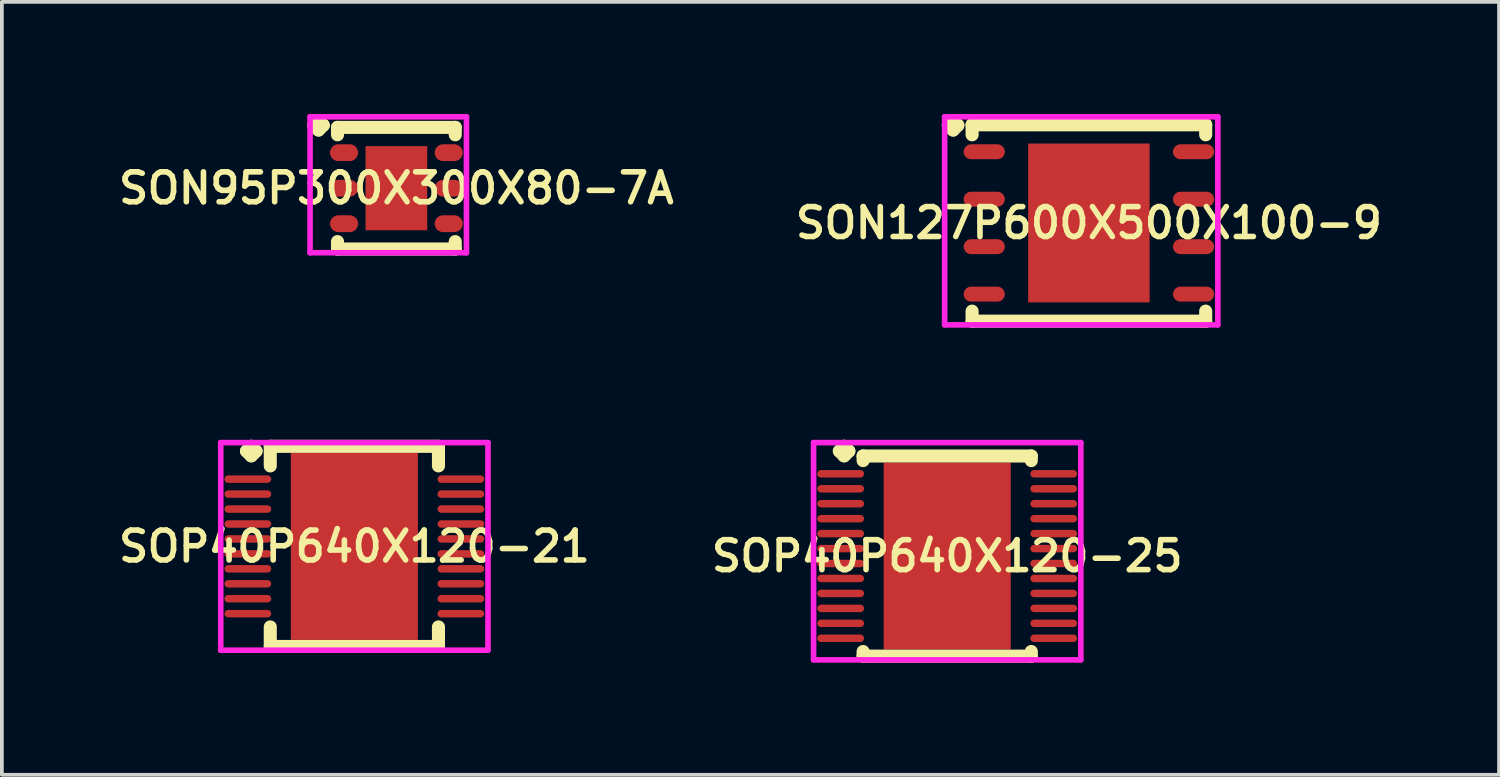
<source format=kicad_pcb>
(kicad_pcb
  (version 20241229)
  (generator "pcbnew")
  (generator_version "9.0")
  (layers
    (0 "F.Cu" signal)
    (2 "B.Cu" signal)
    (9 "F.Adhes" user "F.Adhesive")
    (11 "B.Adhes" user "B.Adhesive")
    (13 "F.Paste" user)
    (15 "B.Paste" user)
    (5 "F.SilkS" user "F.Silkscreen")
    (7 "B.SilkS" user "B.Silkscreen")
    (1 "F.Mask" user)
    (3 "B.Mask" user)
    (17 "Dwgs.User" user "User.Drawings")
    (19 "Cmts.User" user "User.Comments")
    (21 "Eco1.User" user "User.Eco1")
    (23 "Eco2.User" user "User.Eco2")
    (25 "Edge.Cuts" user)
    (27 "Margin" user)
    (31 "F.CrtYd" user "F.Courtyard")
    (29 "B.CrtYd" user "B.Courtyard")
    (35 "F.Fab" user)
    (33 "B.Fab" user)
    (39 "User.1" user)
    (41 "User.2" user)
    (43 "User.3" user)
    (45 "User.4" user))
  (footprint "SOP40P640X120-21"
    (layer "F.Cu")
    (at 6.431 11.569)
    (property "Reference" "SOP40P640X120-21" (at 0 0 0) (layer "F.SilkS") (effects (font (size 0.8 0.8) (thickness 0.15))))
    (attr smd)
    (fp_line (start -2.885 -2.55) (end -2.758 -2.677) (stroke (width 0.35) (type solid)) (layer "F.SilkS"))
    (fp_line (start -2.758 -2.677) (end -2.631 -2.55) (stroke (width 0.35) (type solid)) (layer "F.SilkS"))
    (fp_line (start -2.758 -2.423) (end -2.885 -2.55) (stroke (width 0.35) (type solid)) (layer "F.SilkS"))
    (fp_line (start -2.631 -2.55) (end -2.758 -2.423) (stroke (width 0.35) (type solid)) (layer "F.SilkS"))
    (fp_line (start -2.25 -2.677) (end 2.25 -2.677) (stroke (width 0.35) (type solid)) (layer "F.SilkS"))
    (fp_line (start -2.25 -2.154) (end -2.25 -2.677) (stroke (width 0.35) (type solid)) (layer "F.SilkS"))
    (fp_line (start -2.25 2.154) (end -2.25 2.677) (stroke (width 0.35) (type solid)) (layer "F.SilkS"))
    (fp_line (start -2.25 2.677) (end 2.25 2.677) (stroke (width 0.35) (type solid)) (layer "F.SilkS"))
    (fp_line (start 2.25 -2.677) (end 2.25 -2.154) (stroke (width 0.35) (type solid)) (layer "F.SilkS"))
    (fp_line (start 2.25 2.677) (end 2.25 2.154) (stroke (width 0.35) (type solid)) (layer "F.SilkS"))
    (fp_line (start -3.575 -2.777) (end 3.575 -2.777) (stroke (width 0.15) (type solid)) (layer "F.CrtYd"))
    (fp_line (start -3.575 2.777) (end -3.575 -2.777) (stroke (width 0.15) (type solid)) (layer "F.CrtYd"))
    (fp_line (start 3.575 -2.777) (end 3.575 2.777) (stroke (width 0.15) (type solid)) (layer "F.CrtYd"))
    (fp_line (start 3.575 2.777) (end -3.575 2.777) (stroke (width 0.15) (type solid)) (layer "F.CrtYd"))
    (pad "1" smd oval (at -2.85 -1.8) (size 1.25 0.2) (layers "F.Cu" "F.Mask" "F.Paste"))
    (pad "2" smd oval (at -2.85 -1.4) (size 1.25 0.2) (layers "F.Cu" "F.Mask" "F.Paste"))
    (pad "3" smd oval (at -2.85 -1) (size 1.25 0.2) (layers "F.Cu" "F.Mask" "F.Paste"))
    (pad "4" smd oval (at -2.85 -0.6) (size 1.25 0.2) (layers "F.Cu" "F.Mask" "F.Paste"))
    (pad "5" smd oval (at -2.85 -0.2) (size 1.25 0.2) (layers "F.Cu" "F.Mask" "F.Paste"))
    (pad "6" smd oval (at -2.85 0.2) (size 1.25 0.2) (layers "F.Cu" "F.Mask" "F.Paste"))
    (pad "7" smd oval (at -2.85 0.6) (size 1.25 0.2) (layers "F.Cu" "F.Mask" "F.Paste"))
    (pad "8" smd oval (at -2.85 1) (size 1.25 0.2) (layers "F.Cu" "F.Mask" "F.Paste"))
    (pad "9" smd oval (at -2.85 1.4) (size 1.25 0.2) (layers "F.Cu" "F.Mask" "F.Paste"))
    (pad "10" smd oval (at -2.85 1.8) (size 1.25 0.2) (layers "F.Cu" "F.Mask" "F.Paste"))
    (pad "11" smd oval (at 2.85 1.8) (size 1.25 0.2) (layers "F.Cu" "F.Mask" "F.Paste"))
    (pad "12" smd oval (at 2.85 1.4) (size 1.25 0.2) (layers "F.Cu" "F.Mask" "F.Paste"))
    (pad "13" smd oval (at 2.85 1) (size 1.25 0.2) (layers "F.Cu" "F.Mask" "F.Paste"))
    (pad "14" smd oval (at 2.85 0.6) (size 1.25 0.2) (layers "F.Cu" "F.Mask" "F.Paste"))
    (pad "15" smd oval (at 2.85 0.2) (size 1.25 0.2) (layers "F.Cu" "F.Mask" "F.Paste"))
    (pad "16" smd oval (at 2.85 -0.2) (size 1.25 0.2) (layers "F.Cu" "F.Mask" "F.Paste"))
    (pad "17" smd oval (at 2.85 -0.6) (size 1.25 0.2) (layers "F.Cu" "F.Mask" "F.Paste"))
    (pad "18" smd oval (at 2.85 -1) (size 1.25 0.2) (layers "F.Cu" "F.Mask" "F.Paste"))
    (pad "19" smd oval (at 2.85 -1.4) (size 1.25 0.2) (layers "F.Cu" "F.Mask" "F.Paste"))
    (pad "20" smd oval (at 2.85 -1.8) (size 1.25 0.2) (layers "F.Cu" "F.Mask" "F.Paste"))
    (pad "21" smd rect (at 0 0) (size 3.4 5) (layers "F.Cu" "F.Mask" "F.Paste")))
  (footprint "SON95P300X300X80-7A"
    (layer "F.Cu")
    (at 7.555 1.985)
    (property "Reference" "SON95P300X300X80-7A" (at 0 0 0) (layer "F.SilkS") (effects (font (size 0.8 0.8) (thickness 0.15))))
    (attr smd)
    (fp_line (start -2.21 -1.683) (end -2.083 -1.81) (stroke (width 0.35) (type solid)) (layer "F.SilkS"))
    (fp_line (start -2.083 -1.81) (end -1.956 -1.683) (stroke (width 0.35) (type solid)) (layer "F.SilkS"))
    (fp_line (start -2.083 -1.556) (end -2.21 -1.683) (stroke (width 0.35) (type solid)) (layer "F.SilkS"))
    (fp_line (start -1.956 -1.683) (end -2.083 -1.556) (stroke (width 0.35) (type solid)) (layer "F.SilkS"))
    (fp_line (start -1.575 -1.627) (end 1.575 -1.627) (stroke (width 0.35) (type solid)) (layer "F.SilkS"))
    (fp_line (start -1.575 -1.429) (end -1.575 -1.627) (stroke (width 0.35) (type solid)) (layer "F.SilkS"))
    (fp_line (start -1.575 1.429) (end -1.575 1.627) (stroke (width 0.35) (type solid)) (layer "F.SilkS"))
    (fp_line (start -1.575 1.627) (end 1.575 1.627) (stroke (width 0.35) (type solid)) (layer "F.SilkS"))
    (fp_line (start 1.575 -1.627) (end 1.575 -1.429) (stroke (width 0.35) (type solid)) (layer "F.SilkS"))
    (fp_line (start 1.575 1.627) (end 1.575 1.429) (stroke (width 0.35) (type solid)) (layer "F.SilkS"))
    (fp_line (start -2.31 -1.91) (end 1.875 -1.91) (stroke (width 0.15) (type solid)) (layer "F.CrtYd"))
    (fp_line (start -2.31 1.727) (end -2.31 -1.91) (stroke (width 0.15) (type solid)) (layer "F.CrtYd"))
    (fp_line (start 1.875 -1.91) (end 1.875 1.727) (stroke (width 0.15) (type solid)) (layer "F.CrtYd"))
    (fp_line (start 1.875 1.727) (end -2.31 1.727) (stroke (width 0.15) (type solid)) (layer "F.CrtYd"))
    (pad "1" smd oval (at -1.4 -0.95) (size 0.75 0.45) (layers "F.Cu" "F.Mask" "F.Paste"))
    (pad "2" smd oval (at -1.4 0) (size 0.75 0.45) (layers "F.Cu" "F.Mask" "F.Paste"))
    (pad "3" smd oval (at -1.4 0.95) (size 0.75 0.45) (layers "F.Cu" "F.Mask" "F.Paste"))
    (pad "4" smd oval (at 1.4 0.95) (size 0.75 0.45) (layers "F.Cu" "F.Mask" "F.Paste"))
    (pad "5" smd oval (at 1.4 0) (size 0.75 0.45) (layers "F.Cu" "F.Mask" "F.Paste"))
    (pad "6" smd oval (at 1.4 -0.95) (size 0.75 0.45) (layers "F.Cu" "F.Mask" "F.Paste"))
    (pad "7" smd rect (at 0 0) (size 1.65 2.25) (layers "F.Cu" "F.Mask" "F.Paste")))
  (footprint "SON127P600X500X100-9"
    (layer "F.Cu")
    (at 26.083 2.915)
    (property "Reference" "SON127P600X500X100-9" (at 0 0 0) (layer "F.SilkS") (effects (font (size 0.8 0.8) (thickness 0.15))))
    (attr smd)
    (fp_line (start -3.76 -2.613) (end -3.633 -2.74) (stroke (width 0.35) (type solid)) (layer "F.SilkS"))
    (fp_line (start -3.633 -2.74) (end -3.506 -2.613) (stroke (width 0.35) (type solid)) (layer "F.SilkS"))
    (fp_line (start -3.633 -2.486) (end -3.76 -2.613) (stroke (width 0.35) (type solid)) (layer "F.SilkS"))
    (fp_line (start -3.506 -2.613) (end -3.633 -2.486) (stroke (width 0.35) (type solid)) (layer "F.SilkS"))
    (fp_line (start -3.125 -2.627) (end 3.125 -2.627) (stroke (width 0.35) (type solid)) (layer "F.SilkS"))
    (fp_line (start -3.125 -2.359) (end -3.125 -2.627) (stroke (width 0.35) (type solid)) (layer "F.SilkS"))
    (fp_line (start -3.125 2.359) (end -3.125 2.627) (stroke (width 0.35) (type solid)) (layer "F.SilkS"))
    (fp_line (start -3.125 2.627) (end 3.125 2.627) (stroke (width 0.35) (type solid)) (layer "F.SilkS"))
    (fp_line (start 3.125 -2.627) (end 3.125 -2.359) (stroke (width 0.35) (type solid)) (layer "F.SilkS"))
    (fp_line (start 3.125 2.627) (end 3.125 2.359) (stroke (width 0.35) (type solid)) (layer "F.SilkS"))
    (fp_line (start -3.86 -2.84) (end 3.45 -2.84) (stroke (width 0.15) (type solid)) (layer "F.CrtYd"))
    (fp_line (start -3.86 2.727) (end -3.86 -2.84) (stroke (width 0.15) (type solid)) (layer "F.CrtYd"))
    (fp_line (start 3.45 -2.84) (end 3.45 2.727) (stroke (width 0.15) (type solid)) (layer "F.CrtYd"))
    (fp_line (start 3.45 2.727) (end -3.86 2.727) (stroke (width 0.15) (type solid)) (layer "F.CrtYd"))
    (pad "1" smd oval (at -2.8 -1.905) (size 1.1 0.4) (layers "F.Cu" "F.Mask" "F.Paste"))
    (pad "2" smd oval (at -2.8 -0.635) (size 1.1 0.4) (layers "F.Cu" "F.Mask" "F.Paste"))
    (pad "3" smd oval (at -2.8 0.635) (size 1.1 0.4) (layers "F.Cu" "F.Mask" "F.Paste"))
    (pad "4" smd oval (at -2.8 1.905) (size 1.1 0.4) (layers "F.Cu" "F.Mask" "F.Paste"))
    (pad "5" smd oval (at 2.8 1.905) (size 1.1 0.4) (layers "F.Cu" "F.Mask" "F.Paste"))
    (pad "6" smd oval (at 2.8 0.635) (size 1.1 0.4) (layers "F.Cu" "F.Mask" "F.Paste"))
    (pad "7" smd oval (at 2.8 -0.635) (size 1.1 0.4) (layers "F.Cu" "F.Mask" "F.Paste"))
    (pad "8" smd oval (at 2.8 -1.905) (size 1.1 0.4) (layers "F.Cu" "F.Mask" "F.Paste"))
    (pad "9" smd rect (at 0 0) (size 3.25 4.25) (layers "F.Cu" "F.Mask" "F.Paste")))
  (footprint "SOP40P640X120-25"
    (layer "F.Cu")
    (at 22.292 11.827)
    (property "Reference" "SOP40P640X120-25" (at 0 0 0) (layer "F.SilkS") (effects (font (size 0.8 0.8) (thickness 0.15))))
    (attr through_hole)
    (fp_line (start -2.885 -2.808) (end -2.758 -2.935) (stroke (width 0.35) (type solid)) (layer "F.SilkS"))
    (fp_line (start -2.758 -2.935) (end -2.631 -2.808) (stroke (width 0.35) (type solid)) (layer "F.SilkS"))
    (fp_line (start -2.758 -2.681) (end -2.885 -2.808) (stroke (width 0.35) (type solid)) (layer "F.SilkS"))
    (fp_line (start -2.631 -2.808) (end -2.758 -2.681) (stroke (width 0.35) (type solid)) (layer "F.SilkS"))
    (fp_line (start -2.25 -2.677) (end 2.25 -2.677) (stroke (width 0.35) (type solid)) (layer "F.SilkS"))
    (fp_line (start -2.25 -2.554) (end -2.25 -2.677) (stroke (width 0.35) (type solid)) (layer "F.SilkS"))
    (fp_line (start -2.25 2.554) (end -2.25 2.677) (stroke (width 0.35) (type solid)) (layer "F.SilkS"))
    (fp_line (start -2.25 2.677) (end 2.25 2.677) (stroke (width 0.35) (type solid)) (layer "F.SilkS"))
    (fp_line (start 2.25 -2.677) (end 2.25 -2.554) (stroke (width 0.35) (type solid)) (layer "F.SilkS"))
    (fp_line (start 2.25 2.677) (end 2.25 2.554) (stroke (width 0.35) (type solid)) (layer "F.SilkS"))
    (fp_line (start -3.575 -3.035) (end 3.575 -3.035) (stroke (width 0.15) (type solid)) (layer "F.CrtYd"))
    (fp_line (start -3.575 2.777) (end -3.575 -3.035) (stroke (width 0.15) (type solid)) (layer "F.CrtYd"))
    (fp_line (start 3.575 -3.035) (end 3.575 2.777) (stroke (width 0.15) (type solid)) (layer "F.CrtYd"))
    (fp_line (start 3.575 2.777) (end -3.575 2.777) (stroke (width 0.15) (type solid)) (layer "F.CrtYd"))
    (pad "1" smd oval (at -2.85 -2.2) (size 1.25 0.2) (layers "F.Cu" "F.Mask" "F.Paste"))
    (pad "2" smd oval (at -2.85 -1.8) (size 1.25 0.2) (layers "F.Cu" "F.Mask" "F.Paste"))
    (pad "3" smd oval (at -2.85 -1.4) (size 1.25 0.2) (layers "F.Cu" "F.Mask" "F.Paste"))
    (pad "4" smd oval (at -2.85 -1) (size 1.25 0.2) (layers "F.Cu" "F.Mask" "F.Paste"))
    (pad "5" smd oval (at -2.85 -0.6) (size 1.25 0.2) (layers "F.Cu" "F.Mask" "F.Paste"))
    (pad "6" smd oval (at -2.85 -0.2) (size 1.25 0.2) (layers "F.Cu" "F.Mask" "F.Paste"))
    (pad "7" smd oval (at -2.85 0.2) (size 1.25 0.2) (layers "F.Cu" "F.Mask" "F.Paste"))
    (pad "8" smd oval (at -2.85 0.6) (size 1.25 0.2) (layers "F.Cu" "F.Mask" "F.Paste"))
    (pad "9" smd oval (at -2.85 1) (size 1.25 0.2) (layers "F.Cu" "F.Mask" "F.Paste"))
    (pad "10" smd oval (at -2.85 1.4) (size 1.25 0.2) (layers "F.Cu" "F.Mask" "F.Paste"))
    (pad "11" smd oval (at -2.85 1.8) (size 1.25 0.2) (layers "F.Cu" "F.Mask" "F.Paste"))
    (pad "12" smd oval (at -2.85 2.2) (size 1.25 0.2) (layers "F.Cu" "F.Mask" "F.Paste"))
    (pad "13" smd oval (at 2.85 2.2) (size 1.25 0.2) (layers "F.Cu" "F.Mask" "F.Paste"))
    (pad "14" smd oval (at 2.85 1.8) (size 1.25 0.2) (layers "F.Cu" "F.Mask" "F.Paste"))
    (pad "15" smd oval (at 2.85 1.4) (size 1.25 0.2) (layers "F.Cu" "F.Mask" "F.Paste"))
    (pad "16" smd oval (at 2.85 1) (size 1.25 0.2) (layers "F.Cu" "F.Mask" "F.Paste"))
    (pad "17" smd oval (at 2.85 0.6) (size 1.25 0.2) (layers "F.Cu" "F.Mask" "F.Paste"))
    (pad "18" smd oval (at 2.85 0.2) (size 1.25 0.2) (layers "F.Cu" "F.Mask" "F.Paste"))
    (pad "19" smd oval (at 2.85 -0.2) (size 1.25 0.2) (layers "F.Cu" "F.Mask" "F.Paste"))
    (pad "20" smd oval (at 2.85 -0.6) (size 1.25 0.2) (layers "F.Cu" "F.Mask" "F.Paste"))
    (pad "21" smd oval (at 2.85 -1) (size 1.25 0.2) (layers "F.Cu" "F.Mask" "F.Paste"))
    (pad "22" smd oval (at 2.85 -1.4) (size 1.25 0.2) (layers "F.Cu" "F.Mask" "F.Paste"))
    (pad "23" smd oval (at 2.85 -1.8) (size 1.25 0.2) (layers "F.Cu" "F.Mask" "F.Paste"))
    (pad "24" smd oval (at 2.85 -2.2) (size 1.25 0.2) (layers "F.Cu" "F.Mask" "F.Paste"))
    (pad "25" smd rect (at 0 0) (size 3.4 5) (layers "F.Cu" "F.Mask" "F.Paste")))
  (gr_rect
    (start -3 -3)
    (end 37.056 17.679)
    (stroke (width 0.1) (type default))
    (fill no)
    (layer "Edge.Cuts")))
</source>
